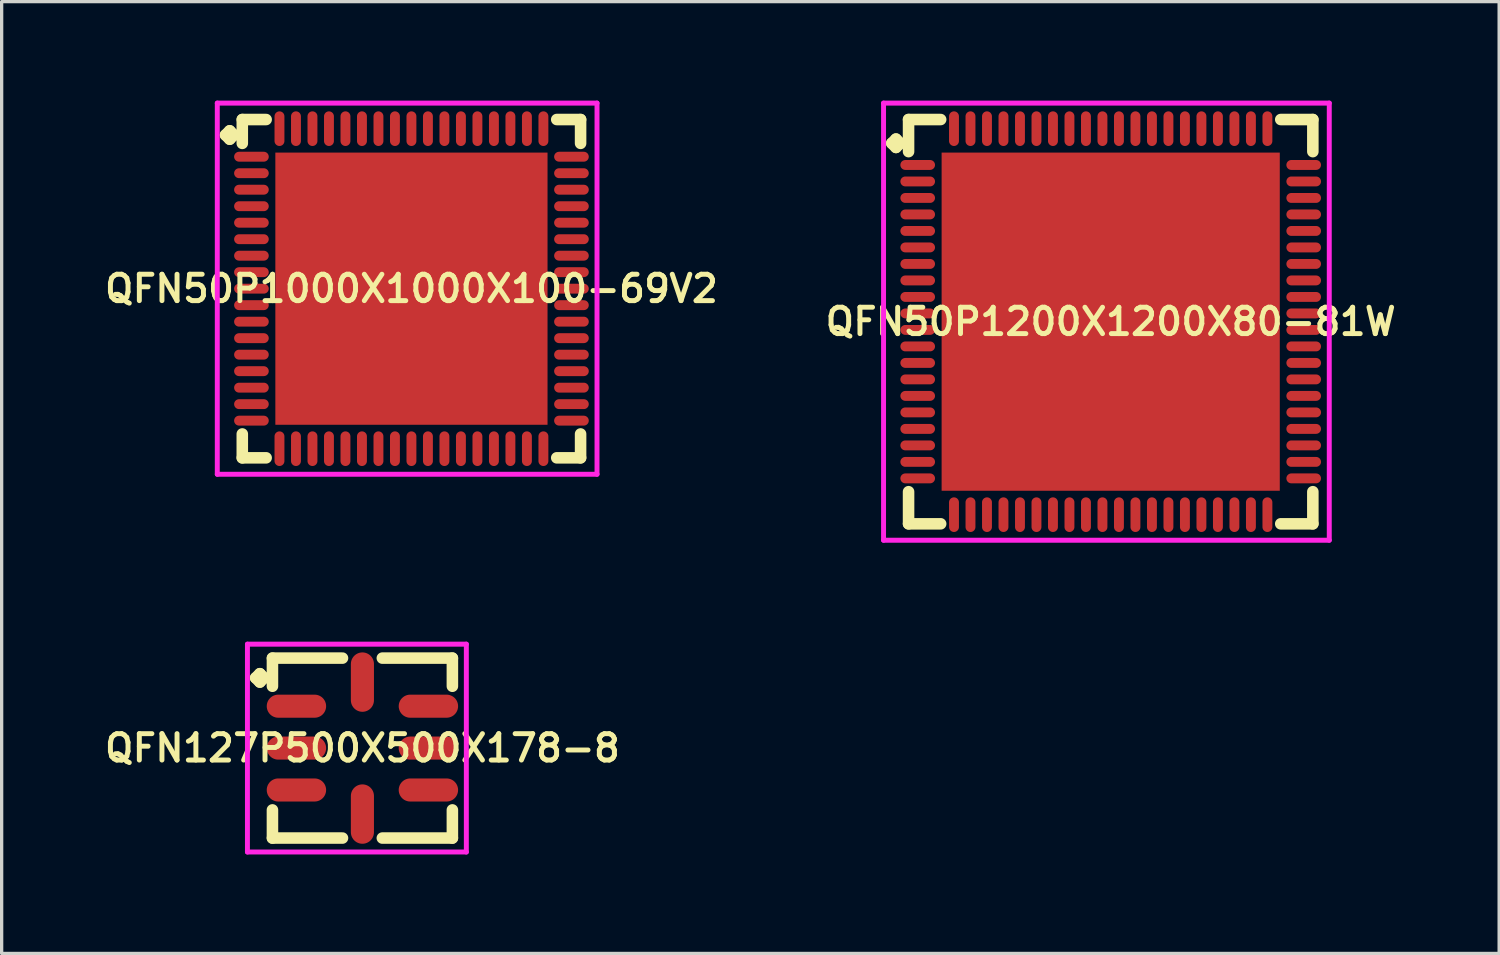
<source format=kicad_pcb>
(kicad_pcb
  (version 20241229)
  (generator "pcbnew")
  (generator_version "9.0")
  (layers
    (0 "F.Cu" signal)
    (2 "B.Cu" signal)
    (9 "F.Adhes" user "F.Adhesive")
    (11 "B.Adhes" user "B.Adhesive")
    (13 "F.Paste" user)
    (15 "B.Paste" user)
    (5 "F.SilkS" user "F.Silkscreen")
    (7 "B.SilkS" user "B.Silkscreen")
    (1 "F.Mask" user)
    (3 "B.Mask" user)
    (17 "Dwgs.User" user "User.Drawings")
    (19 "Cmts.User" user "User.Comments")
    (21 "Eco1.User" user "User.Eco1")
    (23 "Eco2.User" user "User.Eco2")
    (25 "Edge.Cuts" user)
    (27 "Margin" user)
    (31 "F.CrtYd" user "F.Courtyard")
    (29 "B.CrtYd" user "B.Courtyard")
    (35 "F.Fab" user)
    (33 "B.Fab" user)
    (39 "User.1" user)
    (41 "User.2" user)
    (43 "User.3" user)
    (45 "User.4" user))
  (footprint "QFN50P1000X1000X100-69V2"
    (layer "F.Cu")
    (at 9.421 5.7)
    (property "Reference" "QFN50P1000X1000X100-69V2" (at 0 0 0) (layer "F.SilkS") (effects (font (size 0.8 0.8) (thickness 0.15))))
    (attr smd)
    (fp_line (start -5.635 -4.658) (end -5.508 -4.785) (stroke (width 0.35) (type solid)) (layer "F.SilkS"))
    (fp_line (start -5.508 -4.785) (end -5.381 -4.658) (stroke (width 0.35) (type solid)) (layer "F.SilkS"))
    (fp_line (start -5.508 -4.531) (end -5.635 -4.658) (stroke (width 0.35) (type solid)) (layer "F.SilkS"))
    (fp_line (start -5.381 -4.658) (end -5.508 -4.531) (stroke (width 0.35) (type solid)) (layer "F.SilkS"))
    (fp_line (start -5.127 -5.127) (end -4.404 -5.127) (stroke (width 0.35) (type solid)) (layer "F.SilkS"))
    (fp_line (start -5.127 -4.404) (end -5.127 -5.127) (stroke (width 0.35) (type solid)) (layer "F.SilkS"))
    (fp_line (start -5.127 4.404) (end -5.127 5.127) (stroke (width 0.35) (type solid)) (layer "F.SilkS"))
    (fp_line (start -5.127 5.127) (end -4.404 5.127) (stroke (width 0.35) (type solid)) (layer "F.SilkS"))
    (fp_line (start 4.404 -5.127) (end 5.127 -5.127) (stroke (width 0.35) (type solid)) (layer "F.SilkS"))
    (fp_line (start 4.404 5.127) (end 5.127 5.127) (stroke (width 0.35) (type solid)) (layer "F.SilkS"))
    (fp_line (start 5.127 -5.127) (end 5.127 -4.404) (stroke (width 0.35) (type solid)) (layer "F.SilkS"))
    (fp_line (start 5.127 5.127) (end 5.127 4.404) (stroke (width 0.35) (type solid)) (layer "F.SilkS"))
    (fp_line (start -5.885 -5.625) (end 5.625 -5.625) (stroke (width 0.15) (type solid)) (layer "F.CrtYd"))
    (fp_line (start -5.885 5.625) (end -5.885 -5.625) (stroke (width 0.15) (type solid)) (layer "F.CrtYd"))
    (fp_line (start 5.625 -5.625) (end 5.625 5.625) (stroke (width 0.15) (type solid)) (layer "F.CrtYd"))
    (fp_line (start 5.625 5.625) (end -5.885 5.625) (stroke (width 0.15) (type solid)) (layer "F.CrtYd"))
    (pad "1" smd oval (at -4.85 -4) (size 1.05 0.3) (layers "F.Cu" "F.Mask" "F.Paste"))
    (pad "2" smd oval (at -4.85 -3.5) (size 1.05 0.3) (layers "F.Cu" "F.Mask" "F.Paste"))
    (pad "3" smd oval (at -4.85 -3) (size 1.05 0.3) (layers "F.Cu" "F.Mask" "F.Paste"))
    (pad "4" smd oval (at -4.85 -2.5) (size 1.05 0.3) (layers "F.Cu" "F.Mask" "F.Paste"))
    (pad "5" smd oval (at -4.85 -2) (size 1.05 0.3) (layers "F.Cu" "F.Mask" "F.Paste"))
    (pad "6" smd oval (at -4.85 -1.5) (size 1.05 0.3) (layers "F.Cu" "F.Mask" "F.Paste"))
    (pad "7" smd oval (at -4.85 -1) (size 1.05 0.3) (layers "F.Cu" "F.Mask" "F.Paste"))
    (pad "8" smd oval (at -4.85 -0.5) (size 1.05 0.3) (layers "F.Cu" "F.Mask" "F.Paste"))
    (pad "9" smd oval (at -4.85 0) (size 1.05 0.3) (layers "F.Cu" "F.Mask" "F.Paste"))
    (pad "10" smd oval (at -4.85 0.5) (size 1.05 0.3) (layers "F.Cu" "F.Mask" "F.Paste"))
    (pad "11" smd oval (at -4.85 1) (size 1.05 0.3) (layers "F.Cu" "F.Mask" "F.Paste"))
    (pad "12" smd oval (at -4.85 1.5) (size 1.05 0.3) (layers "F.Cu" "F.Mask" "F.Paste"))
    (pad "13" smd oval (at -4.85 2) (size 1.05 0.3) (layers "F.Cu" "F.Mask" "F.Paste"))
    (pad "14" smd oval (at -4.85 2.5) (size 1.05 0.3) (layers "F.Cu" "F.Mask" "F.Paste"))
    (pad "15" smd oval (at -4.85 3) (size 1.05 0.3) (layers "F.Cu" "F.Mask" "F.Paste"))
    (pad "16" smd oval (at -4.85 3.5) (size 1.05 0.3) (layers "F.Cu" "F.Mask" "F.Paste"))
    (pad "17" smd oval (at -4.85 4) (size 1.05 0.3) (layers "F.Cu" "F.Mask" "F.Paste"))
    (pad "18" smd oval (at -4 4.85) (size 0.3 1.05) (layers "F.Cu" "F.Mask" "F.Paste"))
    (pad "19" smd oval (at -3.5 4.85) (size 0.3 1.05) (layers "F.Cu" "F.Mask" "F.Paste"))
    (pad "20" smd oval (at -3 4.85) (size 0.3 1.05) (layers "F.Cu" "F.Mask" "F.Paste"))
    (pad "21" smd oval (at -2.5 4.85) (size 0.3 1.05) (layers "F.Cu" "F.Mask" "F.Paste"))
    (pad "22" smd oval (at -2 4.85) (size 0.3 1.05) (layers "F.Cu" "F.Mask" "F.Paste"))
    (pad "23" smd oval (at -1.5 4.85) (size 0.3 1.05) (layers "F.Cu" "F.Mask" "F.Paste"))
    (pad "24" smd oval (at -1 4.85) (size 0.3 1.05) (layers "F.Cu" "F.Mask" "F.Paste"))
    (pad "25" smd oval (at -0.5 4.85) (size 0.3 1.05) (layers "F.Cu" "F.Mask" "F.Paste"))
    (pad "26" smd oval (at 0 4.85) (size 0.3 1.05) (layers "F.Cu" "F.Mask" "F.Paste"))
    (pad "27" smd oval (at 0.5 4.85) (size 0.3 1.05) (layers "F.Cu" "F.Mask" "F.Paste"))
    (pad "28" smd oval (at 1 4.85) (size 0.3 1.05) (layers "F.Cu" "F.Mask" "F.Paste"))
    (pad "29" smd oval (at 1.5 4.85) (size 0.3 1.05) (layers "F.Cu" "F.Mask" "F.Paste"))
    (pad "30" smd oval (at 2 4.85) (size 0.3 1.05) (layers "F.Cu" "F.Mask" "F.Paste"))
    (pad "31" smd oval (at 2.5 4.85) (size 0.3 1.05) (layers "F.Cu" "F.Mask" "F.Paste"))
    (pad "32" smd oval (at 3 4.85) (size 0.3 1.05) (layers "F.Cu" "F.Mask" "F.Paste"))
    (pad "33" smd oval (at 3.5 4.85) (size 0.3 1.05) (layers "F.Cu" "F.Mask" "F.Paste"))
    (pad "34" smd oval (at 4 4.85) (size 0.3 1.05) (layers "F.Cu" "F.Mask" "F.Paste"))
    (pad "35" smd oval (at 4.85 4) (size 1.05 0.3) (layers "F.Cu" "F.Mask" "F.Paste"))
    (pad "36" smd oval (at 4.85 3.5) (size 1.05 0.3) (layers "F.Cu" "F.Mask" "F.Paste"))
    (pad "37" smd oval (at 4.85 3) (size 1.05 0.3) (layers "F.Cu" "F.Mask" "F.Paste"))
    (pad "38" smd oval (at 4.85 2.5) (size 1.05 0.3) (layers "F.Cu" "F.Mask" "F.Paste"))
    (pad "39" smd oval (at 4.85 2) (size 1.05 0.3) (layers "F.Cu" "F.Mask" "F.Paste"))
    (pad "40" smd oval (at 4.85 1.5) (size 1.05 0.3) (layers "F.Cu" "F.Mask" "F.Paste"))
    (pad "41" smd oval (at 4.85 1) (size 1.05 0.3) (layers "F.Cu" "F.Mask" "F.Paste"))
    (pad "42" smd oval (at 4.85 0.5) (size 1.05 0.3) (layers "F.Cu" "F.Mask" "F.Paste"))
    (pad "43" smd oval (at 4.85 0) (size 1.05 0.3) (layers "F.Cu" "F.Mask" "F.Paste"))
    (pad "44" smd oval (at 4.85 -0.5) (size 1.05 0.3) (layers "F.Cu" "F.Mask" "F.Paste"))
    (pad "45" smd oval (at 4.85 -1) (size 1.05 0.3) (layers "F.Cu" "F.Mask" "F.Paste"))
    (pad "46" smd oval (at 4.85 -1.5) (size 1.05 0.3) (layers "F.Cu" "F.Mask" "F.Paste"))
    (pad "47" smd oval (at 4.85 -2) (size 1.05 0.3) (layers "F.Cu" "F.Mask" "F.Paste"))
    (pad "48" smd oval (at 4.85 -2.5) (size 1.05 0.3) (layers "F.Cu" "F.Mask" "F.Paste"))
    (pad "49" smd oval (at 4.85 -3) (size 1.05 0.3) (layers "F.Cu" "F.Mask" "F.Paste"))
    (pad "50" smd oval (at 4.85 -3.5) (size 1.05 0.3) (layers "F.Cu" "F.Mask" "F.Paste"))
    (pad "51" smd oval (at 4.85 -4) (size 1.05 0.3) (layers "F.Cu" "F.Mask" "F.Paste"))
    (pad "52" smd oval (at 4 -4.85) (size 0.3 1.05) (layers "F.Cu" "F.Mask" "F.Paste"))
    (pad "53" smd oval (at 3.5 -4.85) (size 0.3 1.05) (layers "F.Cu" "F.Mask" "F.Paste"))
    (pad "54" smd oval (at 3 -4.85) (size 0.3 1.05) (layers "F.Cu" "F.Mask" "F.Paste"))
    (pad "55" smd oval (at 2.5 -4.85) (size 0.3 1.05) (layers "F.Cu" "F.Mask" "F.Paste"))
    (pad "56" smd oval (at 2 -4.85) (size 0.3 1.05) (layers "F.Cu" "F.Mask" "F.Paste"))
    (pad "57" smd oval (at 1.5 -4.85) (size 0.3 1.05) (layers "F.Cu" "F.Mask" "F.Paste"))
    (pad "58" smd oval (at 1 -4.85) (size 0.3 1.05) (layers "F.Cu" "F.Mask" "F.Paste"))
    (pad "59" smd oval (at 0.5 -4.85) (size 0.3 1.05) (layers "F.Cu" "F.Mask" "F.Paste"))
    (pad "60" smd oval (at 0 -4.85) (size 0.3 1.05) (layers "F.Cu" "F.Mask" "F.Paste"))
    (pad "61" smd oval (at -0.5 -4.85) (size 0.3 1.05) (layers "F.Cu" "F.Mask" "F.Paste"))
    (pad "62" smd oval (at -1 -4.85) (size 0.3 1.05) (layers "F.Cu" "F.Mask" "F.Paste"))
    (pad "63" smd oval (at -1.5 -4.85) (size 0.3 1.05) (layers "F.Cu" "F.Mask" "F.Paste"))
    (pad "64" smd oval (at -2 -4.85) (size 0.3 1.05) (layers "F.Cu" "F.Mask" "F.Paste"))
    (pad "65" smd oval (at -2.5 -4.85) (size 0.3 1.05) (layers "F.Cu" "F.Mask" "F.Paste"))
    (pad "66" smd oval (at -3 -4.85) (size 0.3 1.05) (layers "F.Cu" "F.Mask" "F.Paste"))
    (pad "67" smd oval (at -3.5 -4.85) (size 0.3 1.05) (layers "F.Cu" "F.Mask" "F.Paste"))
    (pad "68" smd oval (at -4 -4.85) (size 0.3 1.05) (layers "F.Cu" "F.Mask" "F.Paste"))
    (pad "69" smd rect (at 0 0) (size 8.25 8.25) (layers "F.Cu" "F.Mask" "F.Paste")))
  (footprint "QFN127P500X500X178-8"
    (layer "F.Cu")
    (at 7.935 19.625)
    (property "Reference" "QFN127P500X500X178-8" (at 0 0 0) (layer "F.SilkS") (effects (font (size 0.8 0.8) (thickness 0.15))))
    (attr smd)
    (fp_line (start -3.235 -2.128) (end -3.108 -2.255) (stroke (width 0.35) (type solid)) (layer "F.SilkS"))
    (fp_line (start -3.108 -2.255) (end -2.981 -2.128) (stroke (width 0.35) (type solid)) (layer "F.SilkS"))
    (fp_line (start -3.108 -2.001) (end -3.235 -2.128) (stroke (width 0.35) (type solid)) (layer "F.SilkS"))
    (fp_line (start -2.981 -2.128) (end -3.108 -2.001) (stroke (width 0.35) (type solid)) (layer "F.SilkS"))
    (fp_line (start -2.727 -2.727) (end -0.604 -2.727) (stroke (width 0.35) (type solid)) (layer "F.SilkS"))
    (fp_line (start -2.727 -1.874) (end -2.727 -2.727) (stroke (width 0.35) (type solid)) (layer "F.SilkS"))
    (fp_line (start -2.727 1.874) (end -2.727 2.727) (stroke (width 0.35) (type solid)) (layer "F.SilkS"))
    (fp_line (start -2.727 2.727) (end -0.604 2.727) (stroke (width 0.35) (type solid)) (layer "F.SilkS"))
    (fp_line (start 0.604 -2.727) (end 2.727 -2.727) (stroke (width 0.35) (type solid)) (layer "F.SilkS"))
    (fp_line (start 0.604 2.727) (end 2.727 2.727) (stroke (width 0.35) (type solid)) (layer "F.SilkS"))
    (fp_line (start 2.727 -2.727) (end 2.727 -1.874) (stroke (width 0.35) (type solid)) (layer "F.SilkS"))
    (fp_line (start 2.727 2.727) (end 2.727 1.874) (stroke (width 0.35) (type solid)) (layer "F.SilkS"))
    (fp_line (start -3.485 -3.15) (end 3.15 -3.15) (stroke (width 0.15) (type solid)) (layer "F.CrtYd"))
    (fp_line (start -3.485 3.15) (end -3.485 -3.15) (stroke (width 0.15) (type solid)) (layer "F.CrtYd"))
    (fp_line (start 3.15 -3.15) (end 3.15 3.15) (stroke (width 0.15) (type solid)) (layer "F.CrtYd"))
    (fp_line (start 3.15 3.15) (end -3.485 3.15) (stroke (width 0.15) (type solid)) (layer "F.CrtYd"))
    (pad "1" smd oval (at -2 -1.27) (size 1.8 0.7) (layers "F.Cu" "F.Mask" "F.Paste"))
    (pad "2" smd oval (at -2 0) (size 1.8 0.7) (layers "F.Cu" "F.Mask" "F.Paste"))
    (pad "3" smd oval (at -2 1.27) (size 1.8 0.7) (layers "F.Cu" "F.Mask" "F.Paste"))
    (pad "4" smd oval (at 0 2) (size 0.7 1.8) (layers "F.Cu" "F.Mask" "F.Paste"))
    (pad "5" smd oval (at 2 1.27) (size 1.8 0.7) (layers "F.Cu" "F.Mask" "F.Paste"))
    (pad "6" smd oval (at 2 0) (size 1.8 0.7) (layers "F.Cu" "F.Mask" "F.Paste"))
    (pad "7" smd oval (at 2 -1.27) (size 1.8 0.7) (layers "F.Cu" "F.Mask" "F.Paste"))
    (pad "8" smd oval (at 0 -2) (size 0.7 1.8) (layers "F.Cu" "F.Mask" "F.Paste")))
  (footprint "QFN50P1200X1200X80-81W"
    (layer "F.Cu")
    (at 30.616 6.7)
    (property "Reference" "QFN50P1200X1200X80-81W" (at 0 0 0) (layer "F.SilkS") (effects (font (size 0.8 0.8) (thickness 0.15))))
    (attr smd)
    (fp_line (start -6.635 -5.408) (end -6.508 -5.535) (stroke (width 0.35) (type solid)) (layer "F.SilkS"))
    (fp_line (start -6.508 -5.535) (end -6.381 -5.408) (stroke (width 0.35) (type solid)) (layer "F.SilkS"))
    (fp_line (start -6.508 -5.281) (end -6.635 -5.408) (stroke (width 0.35) (type solid)) (layer "F.SilkS"))
    (fp_line (start -6.381 -5.408) (end -6.508 -5.281) (stroke (width 0.35) (type solid)) (layer "F.SilkS"))
    (fp_line (start -6.127 -6.127) (end -5.154 -6.127) (stroke (width 0.35) (type solid)) (layer "F.SilkS"))
    (fp_line (start -6.127 -5.154) (end -6.127 -6.127) (stroke (width 0.35) (type solid)) (layer "F.SilkS"))
    (fp_line (start -6.127 5.154) (end -6.127 6.127) (stroke (width 0.35) (type solid)) (layer "F.SilkS"))
    (fp_line (start -6.127 6.127) (end -5.154 6.127) (stroke (width 0.35) (type solid)) (layer "F.SilkS"))
    (fp_line (start 5.154 -6.127) (end 6.127 -6.127) (stroke (width 0.35) (type solid)) (layer "F.SilkS"))
    (fp_line (start 5.154 6.127) (end 6.127 6.127) (stroke (width 0.35) (type solid)) (layer "F.SilkS"))
    (fp_line (start 6.127 -6.127) (end 6.127 -5.154) (stroke (width 0.35) (type solid)) (layer "F.SilkS"))
    (fp_line (start 6.127 6.127) (end 6.127 5.154) (stroke (width 0.35) (type solid)) (layer "F.SilkS"))
    (fp_line (start -6.885 -6.625) (end 6.625 -6.625) (stroke (width 0.15) (type solid)) (layer "F.CrtYd"))
    (fp_line (start -6.885 6.625) (end -6.885 -6.625) (stroke (width 0.15) (type solid)) (layer "F.CrtYd"))
    (fp_line (start 6.625 -6.625) (end 6.625 6.625) (stroke (width 0.15) (type solid)) (layer "F.CrtYd"))
    (fp_line (start 6.625 6.625) (end -6.885 6.625) (stroke (width 0.15) (type solid)) (layer "F.CrtYd"))
    (pad "1" smd oval (at -5.85 -4.75) (size 1.05 0.3) (layers "F.Cu" "F.Mask" "F.Paste"))
    (pad "2" smd oval (at -5.85 -4.25) (size 1.05 0.3) (layers "F.Cu" "F.Mask" "F.Paste"))
    (pad "3" smd oval (at -5.85 -3.75) (size 1.05 0.3) (layers "F.Cu" "F.Mask" "F.Paste"))
    (pad "4" smd oval (at -5.85 -3.25) (size 1.05 0.3) (layers "F.Cu" "F.Mask" "F.Paste"))
    (pad "5" smd oval (at -5.85 -2.75) (size 1.05 0.3) (layers "F.Cu" "F.Mask" "F.Paste"))
    (pad "6" smd oval (at -5.85 -2.25) (size 1.05 0.3) (layers "F.Cu" "F.Mask" "F.Paste"))
    (pad "7" smd oval (at -5.85 -1.75) (size 1.05 0.3) (layers "F.Cu" "F.Mask" "F.Paste"))
    (pad "8" smd oval (at -5.85 -1.25) (size 1.05 0.3) (layers "F.Cu" "F.Mask" "F.Paste"))
    (pad "9" smd oval (at -5.85 -0.75) (size 1.05 0.3) (layers "F.Cu" "F.Mask" "F.Paste"))
    (pad "10" smd oval (at -5.85 -0.25) (size 1.05 0.3) (layers "F.Cu" "F.Mask" "F.Paste"))
    (pad "11" smd oval (at -5.85 0.25) (size 1.05 0.3) (layers "F.Cu" "F.Mask" "F.Paste"))
    (pad "12" smd oval (at -5.85 0.75) (size 1.05 0.3) (layers "F.Cu" "F.Mask" "F.Paste"))
    (pad "13" smd oval (at -5.85 1.25) (size 1.05 0.3) (layers "F.Cu" "F.Mask" "F.Paste"))
    (pad "14" smd oval (at -5.85 1.75) (size 1.05 0.3) (layers "F.Cu" "F.Mask" "F.Paste"))
    (pad "15" smd oval (at -5.85 2.25) (size 1.05 0.3) (layers "F.Cu" "F.Mask" "F.Paste"))
    (pad "16" smd oval (at -5.85 2.75) (size 1.05 0.3) (layers "F.Cu" "F.Mask" "F.Paste"))
    (pad "17" smd oval (at -5.85 3.25) (size 1.05 0.3) (layers "F.Cu" "F.Mask" "F.Paste"))
    (pad "18" smd oval (at -5.85 3.75) (size 1.05 0.3) (layers "F.Cu" "F.Mask" "F.Paste"))
    (pad "19" smd oval (at -5.85 4.25) (size 1.05 0.3) (layers "F.Cu" "F.Mask" "F.Paste"))
    (pad "20" smd oval (at -5.85 4.75) (size 1.05 0.3) (layers "F.Cu" "F.Mask" "F.Paste"))
    (pad "21" smd oval (at -4.75 5.85) (size 0.3 1.05) (layers "F.Cu" "F.Mask" "F.Paste"))
    (pad "22" smd oval (at -4.25 5.85) (size 0.3 1.05) (layers "F.Cu" "F.Mask" "F.Paste"))
    (pad "23" smd oval (at -3.75 5.85) (size 0.3 1.05) (layers "F.Cu" "F.Mask" "F.Paste"))
    (pad "24" smd oval (at -3.25 5.85) (size 0.3 1.05) (layers "F.Cu" "F.Mask" "F.Paste"))
    (pad "25" smd oval (at -2.75 5.85) (size 0.3 1.05) (layers "F.Cu" "F.Mask" "F.Paste"))
    (pad "26" smd oval (at -2.25 5.85) (size 0.3 1.05) (layers "F.Cu" "F.Mask" "F.Paste"))
    (pad "27" smd oval (at -1.75 5.85) (size 0.3 1.05) (layers "F.Cu" "F.Mask" "F.Paste"))
    (pad "28" smd oval (at -1.25 5.85) (size 0.3 1.05) (layers "F.Cu" "F.Mask" "F.Paste"))
    (pad "29" smd oval (at -0.75 5.85) (size 0.3 1.05) (layers "F.Cu" "F.Mask" "F.Paste"))
    (pad "30" smd oval (at -0.25 5.85) (size 0.3 1.05) (layers "F.Cu" "F.Mask" "F.Paste"))
    (pad "31" smd oval (at 0.25 5.85) (size 0.3 1.05) (layers "F.Cu" "F.Mask" "F.Paste"))
    (pad "32" smd oval (at 0.75 5.85) (size 0.3 1.05) (layers "F.Cu" "F.Mask" "F.Paste"))
    (pad "33" smd oval (at 1.25 5.85) (size 0.3 1.05) (layers "F.Cu" "F.Mask" "F.Paste"))
    (pad "34" smd oval (at 1.75 5.85) (size 0.3 1.05) (layers "F.Cu" "F.Mask" "F.Paste"))
    (pad "35" smd oval (at 2.25 5.85) (size 0.3 1.05) (layers "F.Cu" "F.Mask" "F.Paste"))
    (pad "36" smd oval (at 2.75 5.85) (size 0.3 1.05) (layers "F.Cu" "F.Mask" "F.Paste"))
    (pad "37" smd oval (at 3.25 5.85) (size 0.3 1.05) (layers "F.Cu" "F.Mask" "F.Paste"))
    (pad "38" smd oval (at 3.75 5.85) (size 0.3 1.05) (layers "F.Cu" "F.Mask" "F.Paste"))
    (pad "39" smd oval (at 4.25 5.85) (size 0.3 1.05) (layers "F.Cu" "F.Mask" "F.Paste"))
    (pad "40" smd oval (at 4.75 5.85) (size 0.3 1.05) (layers "F.Cu" "F.Mask" "F.Paste"))
    (pad "41" smd oval (at 5.85 4.75) (size 1.05 0.3) (layers "F.Cu" "F.Mask" "F.Paste"))
    (pad "42" smd oval (at 5.85 4.25) (size 1.05 0.3) (layers "F.Cu" "F.Mask" "F.Paste"))
    (pad "43" smd oval (at 5.85 3.75) (size 1.05 0.3) (layers "F.Cu" "F.Mask" "F.Paste"))
    (pad "44" smd oval (at 5.85 3.25) (size 1.05 0.3) (layers "F.Cu" "F.Mask" "F.Paste"))
    (pad "45" smd oval (at 5.85 2.75) (size 1.05 0.3) (layers "F.Cu" "F.Mask" "F.Paste"))
    (pad "46" smd oval (at 5.85 2.25) (size 1.05 0.3) (layers "F.Cu" "F.Mask" "F.Paste"))
    (pad "47" smd oval (at 5.85 1.75) (size 1.05 0.3) (layers "F.Cu" "F.Mask" "F.Paste"))
    (pad "48" smd oval (at 5.85 1.25) (size 1.05 0.3) (layers "F.Cu" "F.Mask" "F.Paste"))
    (pad "49" smd oval (at 5.85 0.75) (size 1.05 0.3) (layers "F.Cu" "F.Mask" "F.Paste"))
    (pad "50" smd oval (at 5.85 0.25) (size 1.05 0.3) (layers "F.Cu" "F.Mask" "F.Paste"))
    (pad "51" smd oval (at 5.85 -0.25) (size 1.05 0.3) (layers "F.Cu" "F.Mask" "F.Paste"))
    (pad "52" smd oval (at 5.85 -0.75) (size 1.05 0.3) (layers "F.Cu" "F.Mask" "F.Paste"))
    (pad "53" smd oval (at 5.85 -1.25) (size 1.05 0.3) (layers "F.Cu" "F.Mask" "F.Paste"))
    (pad "54" smd oval (at 5.85 -1.75) (size 1.05 0.3) (layers "F.Cu" "F.Mask" "F.Paste"))
    (pad "55" smd oval (at 5.85 -2.25) (size 1.05 0.3) (layers "F.Cu" "F.Mask" "F.Paste"))
    (pad "56" smd oval (at 5.85 -2.75) (size 1.05 0.3) (layers "F.Cu" "F.Mask" "F.Paste"))
    (pad "57" smd oval (at 5.85 -3.25) (size 1.05 0.3) (layers "F.Cu" "F.Mask" "F.Paste"))
    (pad "58" smd oval (at 5.85 -3.75) (size 1.05 0.3) (layers "F.Cu" "F.Mask" "F.Paste"))
    (pad "59" smd oval (at 5.85 -4.25) (size 1.05 0.3) (layers "F.Cu" "F.Mask" "F.Paste"))
    (pad "60" smd oval (at 5.85 -4.75) (size 1.05 0.3) (layers "F.Cu" "F.Mask" "F.Paste"))
    (pad "61" smd oval (at 4.75 -5.85) (size 0.3 1.05) (layers "F.Cu" "F.Mask" "F.Paste"))
    (pad "62" smd oval (at 4.25 -5.85) (size 0.3 1.05) (layers "F.Cu" "F.Mask" "F.Paste"))
    (pad "63" smd oval (at 3.75 -5.85) (size 0.3 1.05) (layers "F.Cu" "F.Mask" "F.Paste"))
    (pad "64" smd oval (at 3.25 -5.85) (size 0.3 1.05) (layers "F.Cu" "F.Mask" "F.Paste"))
    (pad "65" smd oval (at 2.75 -5.85) (size 0.3 1.05) (layers "F.Cu" "F.Mask" "F.Paste"))
    (pad "66" smd oval (at 2.25 -5.85) (size 0.3 1.05) (layers "F.Cu" "F.Mask" "F.Paste"))
    (pad "67" smd oval (at 1.75 -5.85) (size 0.3 1.05) (layers "F.Cu" "F.Mask" "F.Paste"))
    (pad "68" smd oval (at 1.25 -5.85) (size 0.3 1.05) (layers "F.Cu" "F.Mask" "F.Paste"))
    (pad "69" smd oval (at 0.75 -5.85) (size 0.3 1.05) (layers "F.Cu" "F.Mask" "F.Paste"))
    (pad "70" smd oval (at 0.25 -5.85) (size 0.3 1.05) (layers "F.Cu" "F.Mask" "F.Paste"))
    (pad "71" smd oval (at -0.25 -5.85) (size 0.3 1.05) (layers "F.Cu" "F.Mask" "F.Paste"))
    (pad "72" smd oval (at -0.75 -5.85) (size 0.3 1.05) (layers "F.Cu" "F.Mask" "F.Paste"))
    (pad "73" smd oval (at -1.25 -5.85) (size 0.3 1.05) (layers "F.Cu" "F.Mask" "F.Paste"))
    (pad "74" smd oval (at -1.75 -5.85) (size 0.3 1.05) (layers "F.Cu" "F.Mask" "F.Paste"))
    (pad "75" smd oval (at -2.25 -5.85) (size 0.3 1.05) (layers "F.Cu" "F.Mask" "F.Paste"))
    (pad "76" smd oval (at -2.75 -5.85) (size 0.3 1.05) (layers "F.Cu" "F.Mask" "F.Paste"))
    (pad "77" smd oval (at -3.25 -5.85) (size 0.3 1.05) (layers "F.Cu" "F.Mask" "F.Paste"))
    (pad "78" smd oval (at -3.75 -5.85) (size 0.3 1.05) (layers "F.Cu" "F.Mask" "F.Paste"))
    (pad "79" smd oval (at -4.25 -5.85) (size 0.3 1.05) (layers "F.Cu" "F.Mask" "F.Paste"))
    (pad "80" smd oval (at -4.75 -5.85) (size 0.3 1.05) (layers "F.Cu" "F.Mask" "F.Paste"))
    (pad "81" smd rect (at 0 0) (size 10.25 10.25) (layers "F.Cu" "F.Mask" "F.Paste")))
  (gr_rect
    (start -3 -3)
    (end 42.39 25.85)
    (stroke (width 0.1) (type default))
    (fill no)
    (layer "Edge.Cuts")))
</source>
